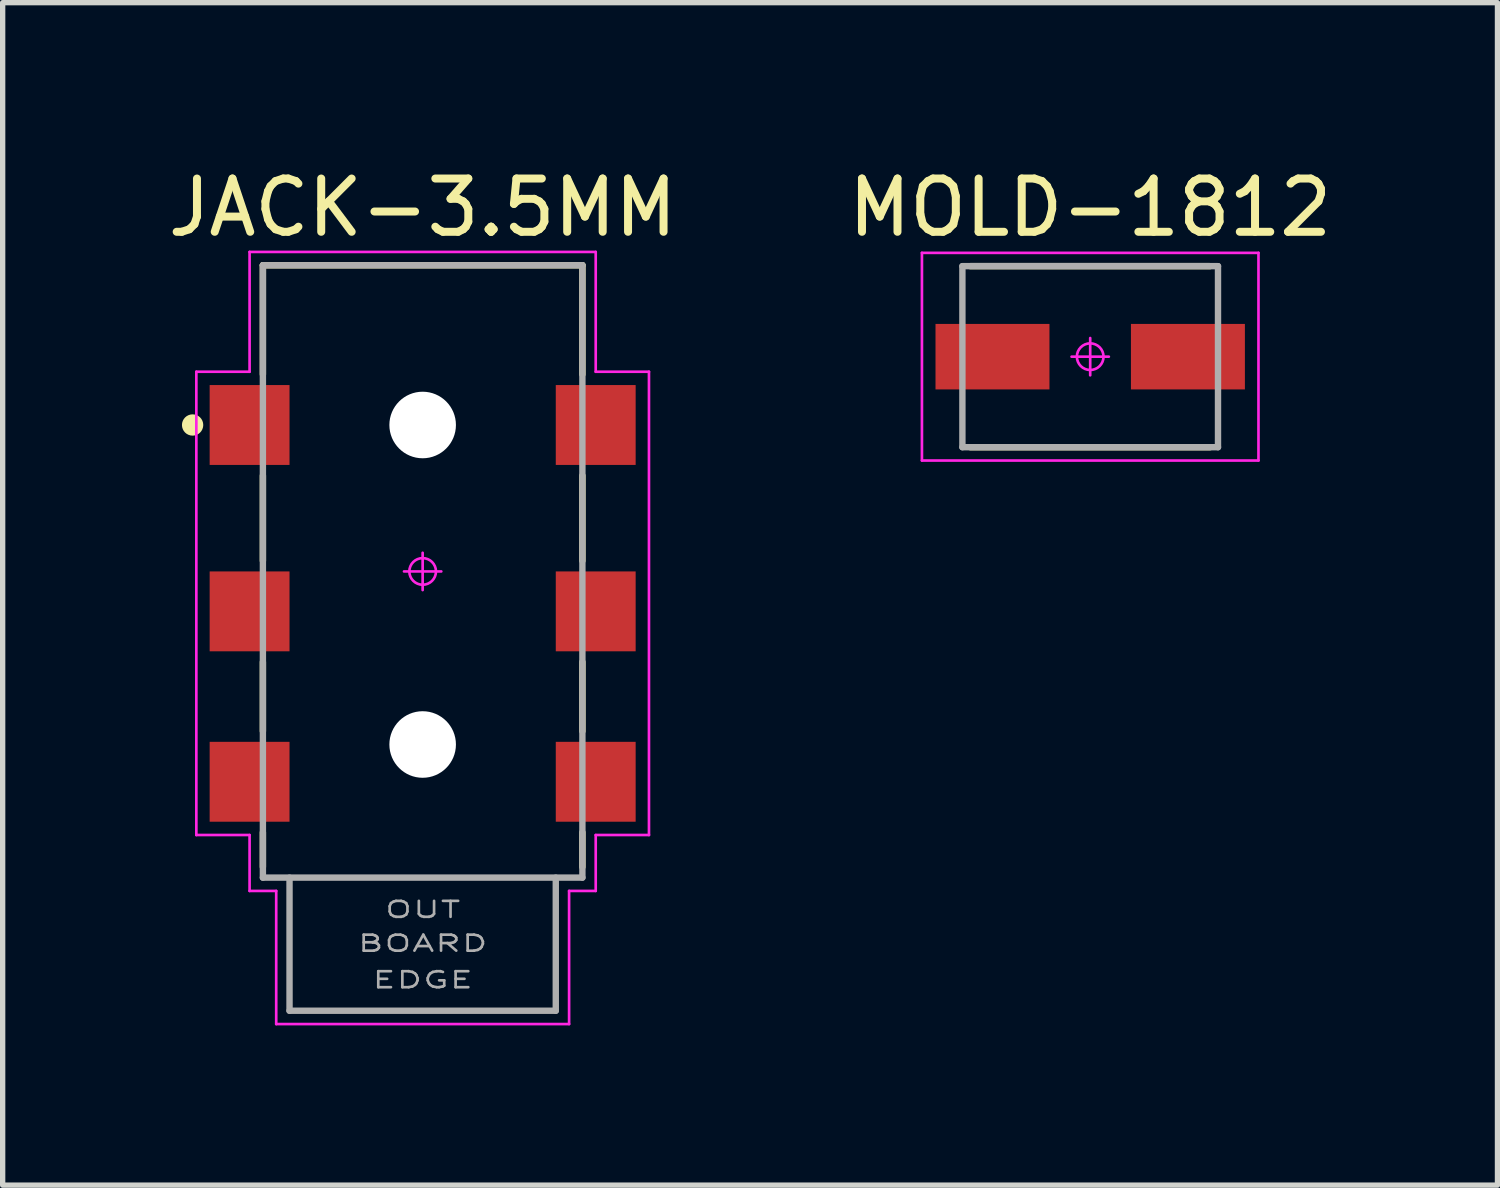
<source format=kicad_pcb>
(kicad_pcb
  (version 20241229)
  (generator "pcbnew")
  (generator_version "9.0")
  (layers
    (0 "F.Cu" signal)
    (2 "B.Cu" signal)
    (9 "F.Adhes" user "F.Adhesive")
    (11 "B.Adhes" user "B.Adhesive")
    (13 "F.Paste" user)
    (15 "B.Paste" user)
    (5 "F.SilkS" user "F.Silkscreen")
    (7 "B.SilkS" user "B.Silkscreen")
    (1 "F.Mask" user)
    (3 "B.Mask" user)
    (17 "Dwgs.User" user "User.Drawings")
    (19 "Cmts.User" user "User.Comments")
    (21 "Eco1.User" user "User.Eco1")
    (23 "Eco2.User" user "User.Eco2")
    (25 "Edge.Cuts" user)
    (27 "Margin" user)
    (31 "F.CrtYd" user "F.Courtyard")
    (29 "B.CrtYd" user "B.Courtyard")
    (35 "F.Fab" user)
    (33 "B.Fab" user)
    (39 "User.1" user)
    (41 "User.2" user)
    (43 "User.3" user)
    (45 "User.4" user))
  (footprint "JACK-3.5MM"
    (layer "F.Cu")
    (at 4.887 7.681)
    (property "Reference" "JACK-3.5MM" (at 0 -6.833 0) (layer "F.SilkS") (effects (font (size 1 1) (thickness 0.15))))
    (attr through_hole)
    (fp_line (start -3 -5.75) (end 3 -5.75) (stroke (width 0.12) (type solid)) (layer "F.SilkS"))
    (fp_line (start -3 -3.7) (end -3 -5.75) (stroke (width 0.12) (type solid)) (layer "F.SilkS"))
    (fp_line (start -3 -1.8) (end -3 -0.2) (stroke (width 0.12) (type solid)) (layer "F.SilkS"))
    (fp_line (start -3 1.7) (end -3 3) (stroke (width 0.12) (type solid)) (layer "F.SilkS"))
    (fp_line (start -3 4.9) (end -3 5.55) (stroke (width 0.12) (type solid)) (layer "F.SilkS"))
    (fp_line (start 3 -3.7) (end 3 -5.75) (stroke (width 0.12) (type solid)) (layer "F.SilkS"))
    (fp_line (start 3 -1.8) (end 3 -0.2) (stroke (width 0.12) (type solid)) (layer "F.SilkS"))
    (fp_line (start 3 1.7) (end 3 3) (stroke (width 0.12) (type solid)) (layer "F.SilkS"))
    (fp_line (start 3 4.9) (end 3 5.55) (stroke (width 0.12) (type solid)) (layer "F.SilkS"))
    (fp_circle (center -4.32 -2.75) (end -4.22 -2.75) (stroke (width 0.2) (type solid)) (fill no) (layer "F.SilkS"))
    (fp_line (start -4.25 -3.75) (end -4.25 4.95) (stroke (width 0.05) (type solid)) (layer "F.CrtYd"))
    (fp_line (start -4.25 4.95) (end -3.25 4.95) (stroke (width 0.05) (type solid)) (layer "F.CrtYd"))
    (fp_line (start -3.25 -6) (end -3.25 -3.75) (stroke (width 0.05) (type solid)) (layer "F.CrtYd"))
    (fp_line (start -3.25 -6) (end 3.25 -6) (stroke (width 0.05) (type solid)) (layer "F.CrtYd"))
    (fp_line (start -3.25 -3.75) (end -4.25 -3.75) (stroke (width 0.05) (type solid)) (layer "F.CrtYd"))
    (fp_line (start -3.25 4.95) (end -3.25 6) (stroke (width 0.05) (type solid)) (layer "F.CrtYd"))
    (fp_line (start -3.25 6) (end -2.75 6) (stroke (width 0.05) (type solid)) (layer "F.CrtYd"))
    (fp_line (start -2.75 8.5) (end -2.75 6) (stroke (width 0.05) (type solid)) (layer "F.CrtYd"))
    (fp_line (start -2.75 8.5) (end 2.75 8.5) (stroke (width 0.05) (type solid)) (layer "F.CrtYd"))
    (fp_line (start -0.35 0) (end 0.35 0) (stroke (width 0.05) (type solid)) (layer "F.CrtYd"))
    (fp_line (start 0 -0.35) (end 0 0.35) (stroke (width 0.05) (type solid)) (layer "F.CrtYd"))
    (fp_line (start 2.75 8.5) (end 2.75 6) (stroke (width 0.05) (type solid)) (layer "F.CrtYd"))
    (fp_line (start 3.25 -6) (end 3.25 -3.75) (stroke (width 0.05) (type solid)) (layer "F.CrtYd"))
    (fp_line (start 3.25 -3.75) (end 4.25 -3.75) (stroke (width 0.05) (type solid)) (layer "F.CrtYd"))
    (fp_line (start 3.25 4.95) (end 3.25 6) (stroke (width 0.05) (type solid)) (layer "F.CrtYd"))
    (fp_line (start 3.25 6) (end 2.75 6) (stroke (width 0.05) (type solid)) (layer "F.CrtYd"))
    (fp_line (start 4.25 -3.75) (end 4.25 4.95) (stroke (width 0.05) (type solid)) (layer "F.CrtYd"))
    (fp_line (start 4.25 4.95) (end 3.25 4.95) (stroke (width 0.05) (type solid)) (layer "F.CrtYd"))
    (fp_circle (center 0 0) (end -0.25 0) (stroke (width 0.05) (type solid)) (fill no) (layer "F.CrtYd"))
    (fp_line (start -3 -5.75) (end 3 -5.75) (stroke (width 0.12) (type solid)) (layer "F.Fab"))
    (fp_line (start -3 5.75) (end -3 -5.75) (stroke (width 0.12) (type solid)) (layer "F.Fab"))
    (fp_line (start -2.5 8.25) (end -2.5 5.75) (stroke (width 0.12) (type solid)) (layer "F.Fab"))
    (fp_line (start -2.5 8.25) (end 2.5 8.25) (stroke (width 0.12) (type solid)) (layer "F.Fab"))
    (fp_line (start 2.5 8.25) (end 2.5 5.75) (stroke (width 0.12) (type solid)) (layer "F.Fab"))
    (fp_line (start 3 -5.75) (end 3 5.75) (stroke (width 0.12) (type solid)) (layer "F.Fab"))
    (fp_line (start 3 5.75) (end -3 5.75) (stroke (width 0.12) (type solid)) (layer "F.Fab"))
    (fp_text user "BOARD" (at 0 6.985 0) (layer "F.Fab") (effects (font (size 0.3 0.5) (thickness 0.05))))
    (fp_text user "EDGE" (at 0 7.671 0) (layer "F.Fab") (effects (font (size 0.3 0.5) (thickness 0.05))))
    (fp_text user "OUT" (at 0 6.35 0) (layer "F.Fab") (effects (font (size 0.3 0.5) (thickness 0.05))))
    (pad "" np_thru_hole circle (at 0 -2.75) (size 1.25 1.25) (drill 1.25) (layers "*.Cu" "*.Mask"))
    (pad "" np_thru_hole circle (at 0 3.25) (size 1.25 1.25) (drill 1.25) (layers "*.Cu" "*.Mask"))
    (pad "1" smd rect (at -3.25 -2.75) (size 1.5 1.5) (layers "F.Cu" "F.Mask" "F.Paste"))
    (pad "2" smd rect (at -3.25 0.75) (size 1.5 1.5) (layers "F.Cu" "F.Mask" "F.Paste"))
    (pad "3" smd rect (at -3.25 3.95) (size 1.5 1.5) (layers "F.Cu" "F.Mask" "F.Paste"))
    (pad "4" smd rect (at 3.25 3.95) (size 1.5 1.5) (layers "F.Cu" "F.Mask" "F.Paste"))
    (pad "5" smd rect (at 3.25 0.75) (size 1.5 1.5) (layers "F.Cu" "F.Mask" "F.Paste"))
    (pad "6" smd rect (at 3.25 -2.75) (size 1.5 1.5) (layers "F.Cu" "F.Mask" "F.Paste")))
  (footprint "MOLD-1812"
    (layer "F.Cu")
    (at 17.423 3.648)
    (property "Reference" "MOLD-1812" (at 0 -2.8 0) (layer "F.SilkS") (effects (font (size 1 1) (thickness 0.15))))
    (attr through_hole)
    (fp_line (start 2.25 -1.7) (end -2.25 -1.7) (stroke (width 0.12) (type solid)) (layer "F.SilkS"))
    (fp_line (start 2.25 1.7) (end -2.25 1.7) (stroke (width 0.12) (type solid)) (layer "F.SilkS"))
    (fp_line (start -3.16 -1.95) (end -3.16 1.95) (stroke (width 0.05) (type solid)) (layer "F.CrtYd"))
    (fp_line (start -3.16 1.95) (end 3.16 1.95) (stroke (width 0.05) (type solid)) (layer "F.CrtYd"))
    (fp_line (start 0 -0.35) (end 0 0.35) (stroke (width 0.05) (type solid)) (layer "F.CrtYd"))
    (fp_line (start 0.35 0) (end -0.35 0) (stroke (width 0.05) (type solid)) (layer "F.CrtYd"))
    (fp_line (start 3.16 -1.95) (end -3.16 -1.95) (stroke (width 0.05) (type solid)) (layer "F.CrtYd"))
    (fp_line (start 3.16 1.95) (end 3.16 -1.95) (stroke (width 0.05) (type solid)) (layer "F.CrtYd"))
    (fp_circle (center 0 0) (end -0.25 0) (stroke (width 0.05) (type solid)) (fill no) (layer "F.CrtYd"))
    (fp_line (start -2.4 -1.7) (end -2.4 1.7) (stroke (width 0.12) (type solid)) (layer "F.Fab"))
    (fp_line (start -2.4 1.7) (end 2.4 1.7) (stroke (width 0.12) (type solid)) (layer "F.Fab"))
    (fp_line (start 2.4 -1.7) (end -2.4 -1.7) (stroke (width 0.12) (type solid)) (layer "F.Fab"))
    (fp_line (start 2.4 1.7) (end 2.4 -1.7) (stroke (width 0.12) (type solid)) (layer "F.Fab"))
    (pad "1" smd rect (at -1.835 0) (size 2.14 1.23) (layers "F.Cu" "F.Mask" "F.Paste"))
    (pad "2" smd rect (at 1.835 0) (size 2.14 1.23) (layers "F.Cu" "F.Mask" "F.Paste")))
  (gr_rect
    (start -3 -3)
    (end 25.071 19.206)
    (stroke (width 0.1) (type default))
    (fill no)
    (layer "Edge.Cuts")))
</source>
